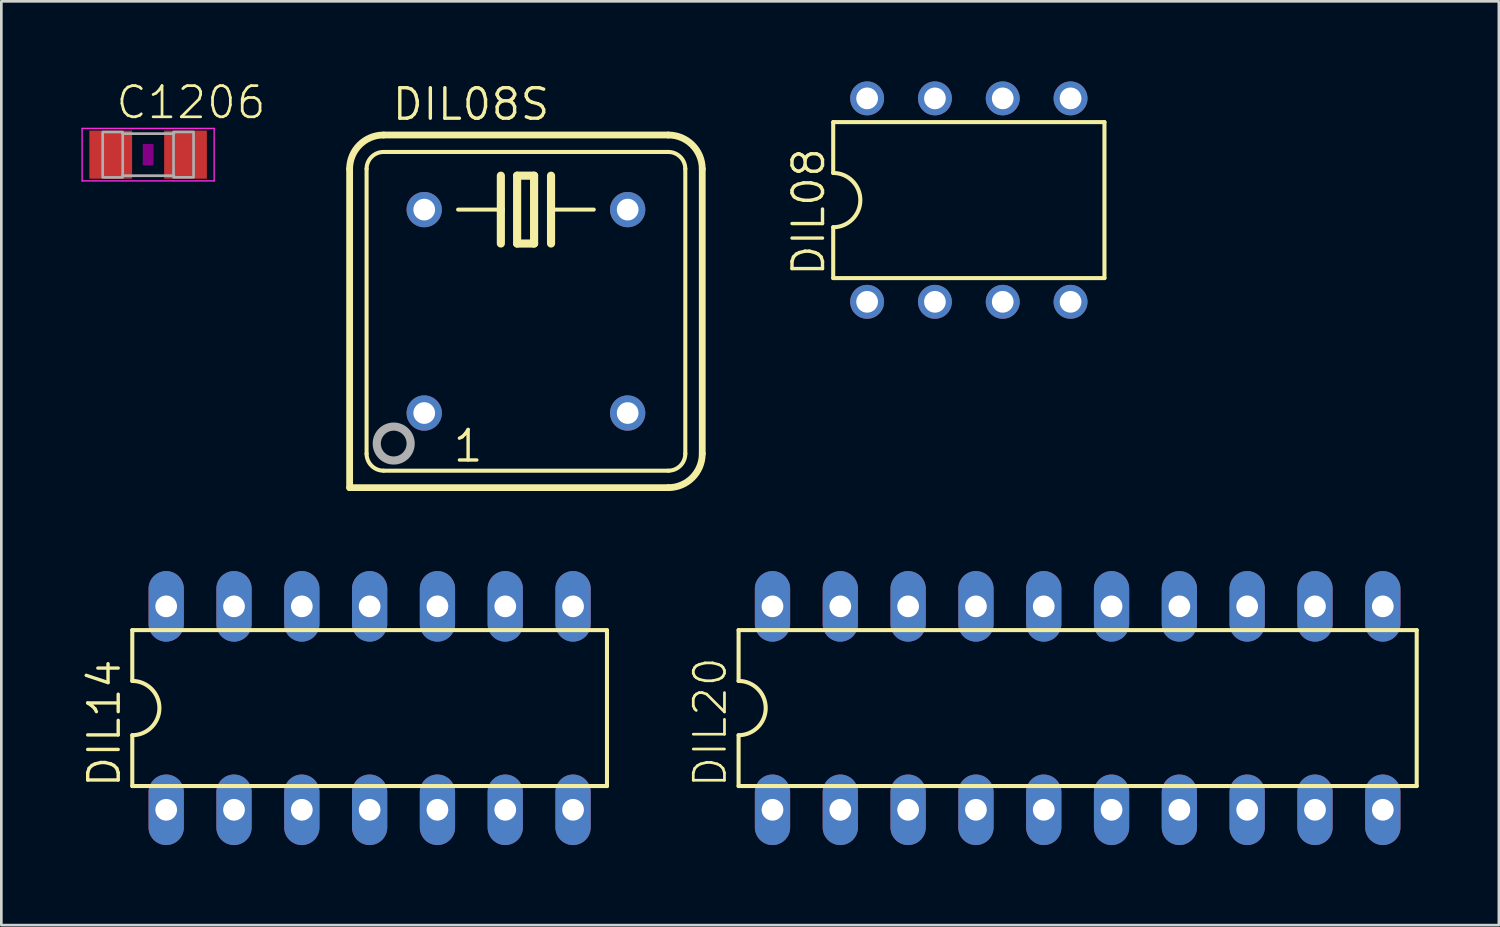
<source format=kicad_pcb>
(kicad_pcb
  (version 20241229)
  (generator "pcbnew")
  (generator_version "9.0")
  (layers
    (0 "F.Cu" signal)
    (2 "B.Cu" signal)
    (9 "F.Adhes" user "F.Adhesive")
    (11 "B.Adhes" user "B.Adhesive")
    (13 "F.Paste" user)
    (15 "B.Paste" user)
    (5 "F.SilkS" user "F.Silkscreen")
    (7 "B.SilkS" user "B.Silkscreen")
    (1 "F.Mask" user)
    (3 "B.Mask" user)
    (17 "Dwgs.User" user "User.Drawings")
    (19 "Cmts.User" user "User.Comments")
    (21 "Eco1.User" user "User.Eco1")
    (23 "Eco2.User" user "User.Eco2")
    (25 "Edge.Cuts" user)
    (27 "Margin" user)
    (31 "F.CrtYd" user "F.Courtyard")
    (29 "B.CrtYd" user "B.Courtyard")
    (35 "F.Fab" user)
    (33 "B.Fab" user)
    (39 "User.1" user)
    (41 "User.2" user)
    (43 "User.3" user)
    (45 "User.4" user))
  (footprint "DIL20"
    (layer "F.Cu")
    (at 37.315 23.472)
    (property "Reference" "DIL20" (at -13.081 3.048 90) (layer "F.SilkS") (effects (font (size 1.168 1.168) (thickness 0.102)) (justify left bottom)))
    (fp_line (start -12.7 -2.921) (end -12.7 -1.016) (stroke (width 0.152) (type solid)) (layer "F.SilkS"))
    (fp_line (start -12.7 2.921) (end -12.7 1.016) (stroke (width 0.152) (type solid)) (layer "F.SilkS"))
    (fp_line (start -12.7 2.921) (end 12.7 2.921) (stroke (width 0.152) (type solid)) (layer "F.SilkS"))
    (fp_line (start 12.7 -2.921) (end -12.7 -2.921) (stroke (width 0.152) (type solid)) (layer "F.SilkS"))
    (fp_line (start 12.7 -2.921) (end 12.7 2.921) (stroke (width 0.152) (type solid)) (layer "F.SilkS"))
    (fp_arc (start -12.7 -1.016) (mid -11.684 0) (end -12.7 1.016) (stroke (width 0.1524) (type solid)) (layer "F.SilkS"))
    (pad "1" thru_hole oval (at -11.43 3.81 90) (size 2.642 1.321) (drill 0.813) (layers "*.Cu" "*.Mask"))
    (pad "2" thru_hole oval (at -8.89 3.81 90) (size 2.642 1.321) (drill 0.813) (layers "*.Cu" "*.Mask"))
    (pad "3" thru_hole oval (at -6.35 3.81 90) (size 2.642 1.321) (drill 0.813) (layers "*.Cu" "*.Mask"))
    (pad "4" thru_hole oval (at -3.81 3.81 90) (size 2.642 1.321) (drill 0.813) (layers "*.Cu" "*.Mask"))
    (pad "5" thru_hole oval (at -1.27 3.81 90) (size 2.642 1.321) (drill 0.813) (layers "*.Cu" "*.Mask"))
    (pad "6" thru_hole oval (at 1.27 3.81 90) (size 2.642 1.321) (drill 0.813) (layers "*.Cu" "*.Mask"))
    (pad "7" thru_hole oval (at 3.81 3.81 90) (size 2.642 1.321) (drill 0.813) (layers "*.Cu" "*.Mask"))
    (pad "8" thru_hole oval (at 6.35 3.81 90) (size 2.642 1.321) (drill 0.813) (layers "*.Cu" "*.Mask"))
    (pad "9" thru_hole oval (at 8.89 3.81 90) (size 2.642 1.321) (drill 0.813) (layers "*.Cu" "*.Mask"))
    (pad "10" thru_hole oval (at 11.43 3.81 90) (size 2.642 1.321) (drill 0.813) (layers "*.Cu" "*.Mask"))
    (pad "11" thru_hole oval (at 11.43 -3.81 90) (size 2.642 1.321) (drill 0.813) (layers "*.Cu" "*.Mask"))
    (pad "12" thru_hole oval (at 8.89 -3.81 90) (size 2.642 1.321) (drill 0.813) (layers "*.Cu" "*.Mask"))
    (pad "13" thru_hole oval (at 6.35 -3.81 90) (size 2.642 1.321) (drill 0.813) (layers "*.Cu" "*.Mask"))
    (pad "14" thru_hole oval (at 3.81 -3.81 90) (size 2.642 1.321) (drill 0.813) (layers "*.Cu" "*.Mask"))
    (pad "15" thru_hole oval (at 1.27 -3.81 90) (size 2.642 1.321) (drill 0.813) (layers "*.Cu" "*.Mask"))
    (pad "16" thru_hole oval (at -1.27 -3.81 90) (size 2.642 1.321) (drill 0.813) (layers "*.Cu" "*.Mask"))
    (pad "17" thru_hole oval (at -3.81 -3.81 90) (size 2.642 1.321) (drill 0.813) (layers "*.Cu" "*.Mask"))
    (pad "18" thru_hole oval (at -6.35 -3.81 90) (size 2.642 1.321) (drill 0.813) (layers "*.Cu" "*.Mask"))
    (pad "19" thru_hole oval (at -8.89 -3.81 90) (size 2.642 1.321) (drill 0.813) (layers "*.Cu" "*.Mask"))
    (pad "20" thru_hole oval (at -11.43 -3.81 90) (size 2.642 1.321) (drill 0.813) (layers "*.Cu" "*.Mask")))
  (footprint "C1206"
    (layer "F.Cu")
    (at 2.498 2.743)
    (property "Reference" "C1206" (at -1.27 -1.27 0) (layer "F.SilkS") (effects (font (size 1.168 1.168) (thickness 0.102)) (justify left bottom)))
    (fp_poly (pts (xy -0.2 0.4) (xy 0.2 0.4) (xy 0.2 -0.4) (xy -0.2 -0.4)) (stroke (width 0) (type solid)) (fill yes) (layer "F.Adhes"))
    (fp_line (start -2.473 -0.983) (end 2.473 -0.983) (stroke (width 0.051) (type solid)) (layer "F.CrtYd"))
    (fp_line (start -2.473 0.983) (end -2.473 -0.983) (stroke (width 0.051) (type solid)) (layer "F.CrtYd"))
    (fp_line (start 2.473 -0.983) (end 2.473 0.983) (stroke (width 0.051) (type solid)) (layer "F.CrtYd"))
    (fp_line (start 2.473 0.983) (end -2.473 0.983) (stroke (width 0.051) (type solid)) (layer "F.CrtYd"))
    (fp_line (start -0.965 -0.787) (end 0.965 -0.787) (stroke (width 0.102) (type solid)) (layer "F.Fab"))
    (fp_line (start -0.965 0.787) (end 0.965 0.787) (stroke (width 0.102) (type solid)) (layer "F.Fab"))
    (fp_poly (pts (xy -1.702 0.851) (xy -0.952 0.851) (xy -0.952 -0.849) (xy -1.702 -0.849)) (stroke (width 0.1) (type solid)) (fill no) (layer "F.Fab"))
    (fp_poly (pts (xy 0.952 0.849) (xy 1.702 0.849) (xy 1.702 -0.851) (xy 0.952 -0.851)) (stroke (width 0.1) (type solid)) (fill no) (layer "F.Fab"))
    (pad "1" smd rect (at -1.4 0) (size 1.6 1.8) (layers "F.Cu" "F.Mask" "F.Paste"))
    (pad "2" smd rect (at 1.4 0) (size 1.6 1.8) (layers "F.Cu" "F.Mask" "F.Paste")))
  (footprint "DIL08"
    (layer "F.Cu")
    (at 33.239 4.445)
    (property "Reference" "DIL08" (at -5.334 2.921 90) (layer "F.SilkS") (effects (font (size 1.143 1.143) (thickness 0.127)) (justify left bottom)))
    (fp_line (start -5.08 -2.921) (end -5.08 -1.016) (stroke (width 0.152) (type solid)) (layer "F.SilkS"))
    (fp_line (start -5.08 2.921) (end -5.08 1.016) (stroke (width 0.152) (type solid)) (layer "F.SilkS"))
    (fp_line (start -5.08 2.921) (end 5.08 2.921) (stroke (width 0.152) (type solid)) (layer "F.SilkS"))
    (fp_line (start 5.08 -2.921) (end -5.08 -2.921) (stroke (width 0.152) (type solid)) (layer "F.SilkS"))
    (fp_line (start 5.08 -2.921) (end 5.08 2.921) (stroke (width 0.152) (type solid)) (layer "F.SilkS"))
    (fp_arc (start -5.08 -1.016) (mid -4.064 0) (end -5.08 1.016) (stroke (width 0.1524) (type solid)) (layer "F.SilkS"))
    (pad "1" thru_hole circle (at -3.81 3.81 90) (size 1.27 1.27) (drill 0.813) (layers "*.Cu" "*.Mask"))
    (pad "2" thru_hole circle (at -1.27 3.81 90) (size 1.27 1.27) (drill 0.813) (layers "*.Cu" "*.Mask"))
    (pad "3" thru_hole circle (at 1.27 3.81 90) (size 1.27 1.27) (drill 0.813) (layers "*.Cu" "*.Mask"))
    (pad "4" thru_hole circle (at 3.81 3.81 90) (size 1.27 1.27) (drill 0.813) (layers "*.Cu" "*.Mask"))
    (pad "5" thru_hole circle (at 3.81 -3.81 90) (size 1.27 1.27) (drill 0.813) (layers "*.Cu" "*.Mask"))
    (pad "6" thru_hole circle (at 1.27 -3.81 90) (size 1.27 1.27) (drill 0.813) (layers "*.Cu" "*.Mask"))
    (pad "7" thru_hole circle (at -1.27 -3.81 90) (size 1.27 1.27) (drill 0.813) (layers "*.Cu" "*.Mask"))
    (pad "8" thru_hole circle (at -3.81 -3.81 90) (size 1.27 1.27) (drill 0.813) (layers "*.Cu" "*.Mask")))
  (footprint "DIL08S"
    (layer "F.Cu")
    (at 16.65 8.611)
    (property "Reference" "DIL08S" (at -5.08 -7.087 0) (layer "F.SilkS") (effects (font (size 1.143 1.143) (thickness 0.127)) (justify left bottom)))
    (fp_line (start -6.604 6.604) (end -6.604 -5.334) (stroke (width 0.254) (type solid)) (layer "F.SilkS"))
    (fp_line (start -6.604 6.604) (end 5.334 6.604) (stroke (width 0.254) (type solid)) (layer "F.SilkS"))
    (fp_line (start -5.969 -5.334) (end -5.969 5.334) (stroke (width 0.152) (type solid)) (layer "F.SilkS"))
    (fp_line (start -5.334 5.969) (end 5.334 5.969) (stroke (width 0.152) (type solid)) (layer "F.SilkS"))
    (fp_line (start -0.94 -5.08) (end -0.94 -3.81) (stroke (width 0.305) (type solid)) (layer "F.SilkS"))
    (fp_line (start -0.94 -3.81) (end -2.54 -3.81) (stroke (width 0.152) (type solid)) (layer "F.SilkS"))
    (fp_line (start -0.94 -3.81) (end -0.94 -2.54) (stroke (width 0.305) (type solid)) (layer "F.SilkS"))
    (fp_line (start -0.33 -5.08) (end -0.33 -2.54) (stroke (width 0.305) (type solid)) (layer "F.SilkS"))
    (fp_line (start -0.33 -2.54) (end 0.305 -2.54) (stroke (width 0.305) (type solid)) (layer "F.SilkS"))
    (fp_line (start 0.305 -5.08) (end -0.33 -5.08) (stroke (width 0.305) (type solid)) (layer "F.SilkS"))
    (fp_line (start 0.305 -2.54) (end 0.305 -5.08) (stroke (width 0.305) (type solid)) (layer "F.SilkS"))
    (fp_line (start 0.94 -5.08) (end 0.94 -3.81) (stroke (width 0.305) (type solid)) (layer "F.SilkS"))
    (fp_line (start 0.94 -3.81) (end 0.94 -2.54) (stroke (width 0.305) (type solid)) (layer "F.SilkS"))
    (fp_line (start 0.94 -3.81) (end 2.54 -3.81) (stroke (width 0.152) (type solid)) (layer "F.SilkS"))
    (fp_line (start 5.334 -6.604) (end -5.334 -6.604) (stroke (width 0.254) (type solid)) (layer "F.SilkS"))
    (fp_line (start 5.334 -5.969) (end -5.334 -5.969) (stroke (width 0.152) (type solid)) (layer "F.SilkS"))
    (fp_line (start 5.969 5.334) (end 5.969 -5.334) (stroke (width 0.152) (type solid)) (layer "F.SilkS"))
    (fp_line (start 6.604 5.334) (end 6.604 -5.334) (stroke (width 0.254) (type solid)) (layer "F.SilkS"))
    (fp_arc (start -6.604 -5.334) (mid -6.232026 -6.232026) (end -5.334 -6.604) (stroke (width 0.254) (type solid)) (layer "F.SilkS"))
    (fp_arc (start -5.969 -5.334) (mid -5.783013 -5.783013) (end -5.334 -5.969) (stroke (width 0.1524) (type solid)) (layer "F.SilkS"))
    (fp_arc (start -5.334 5.969) (mid -5.783013 5.783013) (end -5.969 5.334) (stroke (width 0.1524) (type solid)) (layer "F.SilkS"))
    (fp_arc (start 5.334 -6.604) (mid 6.232026 -6.232026) (end 6.604 -5.334) (stroke (width 0.254) (type solid)) (layer "F.SilkS"))
    (fp_arc (start 5.334 -5.969) (mid 5.783013 -5.783013) (end 5.969 -5.334) (stroke (width 0.1524) (type solid)) (layer "F.SilkS"))
    (fp_arc (start 5.969 5.334) (mid 5.783013 5.783013) (end 5.334 5.969) (stroke (width 0.1524) (type solid)) (layer "F.SilkS"))
    (fp_arc (start 6.604 5.334) (mid 6.232026 6.232026) (end 5.334 6.604) (stroke (width 0.254) (type solid)) (layer "F.SilkS"))
    (fp_circle (center -4.953 4.953) (end -4.318 4.953) (stroke (width 0.305) (type solid)) (fill no) (layer "F.Fab"))
    (fp_text user "1" (at -2.794 5.715 0) (layer "F.SilkS") (effects (font (size 1.143 1.143) (thickness 0.127)) (justify left bottom)))
    (pad "1" thru_hole circle (at -3.81 3.81) (size 1.321 1.321) (drill 0.813) (layers "*.Cu" "*.Mask"))
    (pad "4" thru_hole circle (at 3.81 3.81) (size 1.321 1.321) (drill 0.813) (layers "*.Cu" "*.Mask"))
    (pad "5" thru_hole circle (at 3.81 -3.81) (size 1.321 1.321) (drill 0.813) (layers "*.Cu" "*.Mask"))
    (pad "8" thru_hole circle (at -3.81 -3.81) (size 1.321 1.321) (drill 0.813) (layers "*.Cu" "*.Mask")))
  (footprint "DIL14"
    (layer "F.Cu")
    (at 10.795 23.472)
    (property "Reference" "DIL14" (at -9.271 3.048 90) (layer "F.SilkS") (effects (font (size 1.143 1.143) (thickness 0.127)) (justify left bottom)))
    (fp_line (start -8.89 -2.921) (end -8.89 -1.016) (stroke (width 0.152) (type solid)) (layer "F.SilkS"))
    (fp_line (start -8.89 2.921) (end -8.89 1.016) (stroke (width 0.152) (type solid)) (layer "F.SilkS"))
    (fp_line (start -8.89 2.921) (end 8.89 2.921) (stroke (width 0.152) (type solid)) (layer "F.SilkS"))
    (fp_line (start 8.89 -2.921) (end -8.89 -2.921) (stroke (width 0.152) (type solid)) (layer "F.SilkS"))
    (fp_line (start 8.89 -2.921) (end 8.89 2.921) (stroke (width 0.152) (type solid)) (layer "F.SilkS"))
    (fp_arc (start -8.89 -1.016) (mid -7.874 0) (end -8.89 1.016) (stroke (width 0.1524) (type solid)) (layer "F.SilkS"))
    (pad "1" thru_hole oval (at -7.62 3.81 90) (size 2.642 1.321) (drill 0.813) (layers "*.Cu" "*.Mask"))
    (pad "2" thru_hole oval (at -5.08 3.81 90) (size 2.642 1.321) (drill 0.813) (layers "*.Cu" "*.Mask"))
    (pad "3" thru_hole oval (at -2.54 3.81 90) (size 2.642 1.321) (drill 0.813) (layers "*.Cu" "*.Mask"))
    (pad "4" thru_hole oval (at 0 3.81 90) (size 2.642 1.321) (drill 0.813) (layers "*.Cu" "*.Mask"))
    (pad "5" thru_hole oval (at 2.54 3.81 90) (size 2.642 1.321) (drill 0.813) (layers "*.Cu" "*.Mask"))
    (pad "6" thru_hole oval (at 5.08 3.81 90) (size 2.642 1.321) (drill 0.813) (layers "*.Cu" "*.Mask"))
    (pad "7" thru_hole oval (at 7.62 3.81 90) (size 2.642 1.321) (drill 0.813) (layers "*.Cu" "*.Mask"))
    (pad "8" thru_hole oval (at 7.62 -3.81 90) (size 2.642 1.321) (drill 0.813) (layers "*.Cu" "*.Mask"))
    (pad "9" thru_hole oval (at 5.08 -3.81 90) (size 2.642 1.321) (drill 0.813) (layers "*.Cu" "*.Mask"))
    (pad "10" thru_hole oval (at 2.54 -3.81 90) (size 2.642 1.321) (drill 0.813) (layers "*.Cu" "*.Mask"))
    (pad "11" thru_hole oval (at 0 -3.81 90) (size 2.642 1.321) (drill 0.813) (layers "*.Cu" "*.Mask"))
    (pad "12" thru_hole oval (at -2.54 -3.81 90) (size 2.642 1.321) (drill 0.813) (layers "*.Cu" "*.Mask"))
    (pad "13" thru_hole oval (at -5.08 -3.81 90) (size 2.642 1.321) (drill 0.813) (layers "*.Cu" "*.Mask"))
    (pad "14" thru_hole oval (at -7.62 -3.81 90) (size 2.642 1.321) (drill 0.813) (layers "*.Cu" "*.Mask")))
  (gr_rect
    (start -3 -3)
    (end 53.092 31.603)
    (stroke (width 0.1) (type default))
    (fill no)
    (layer "Edge.Cuts")))
</source>
